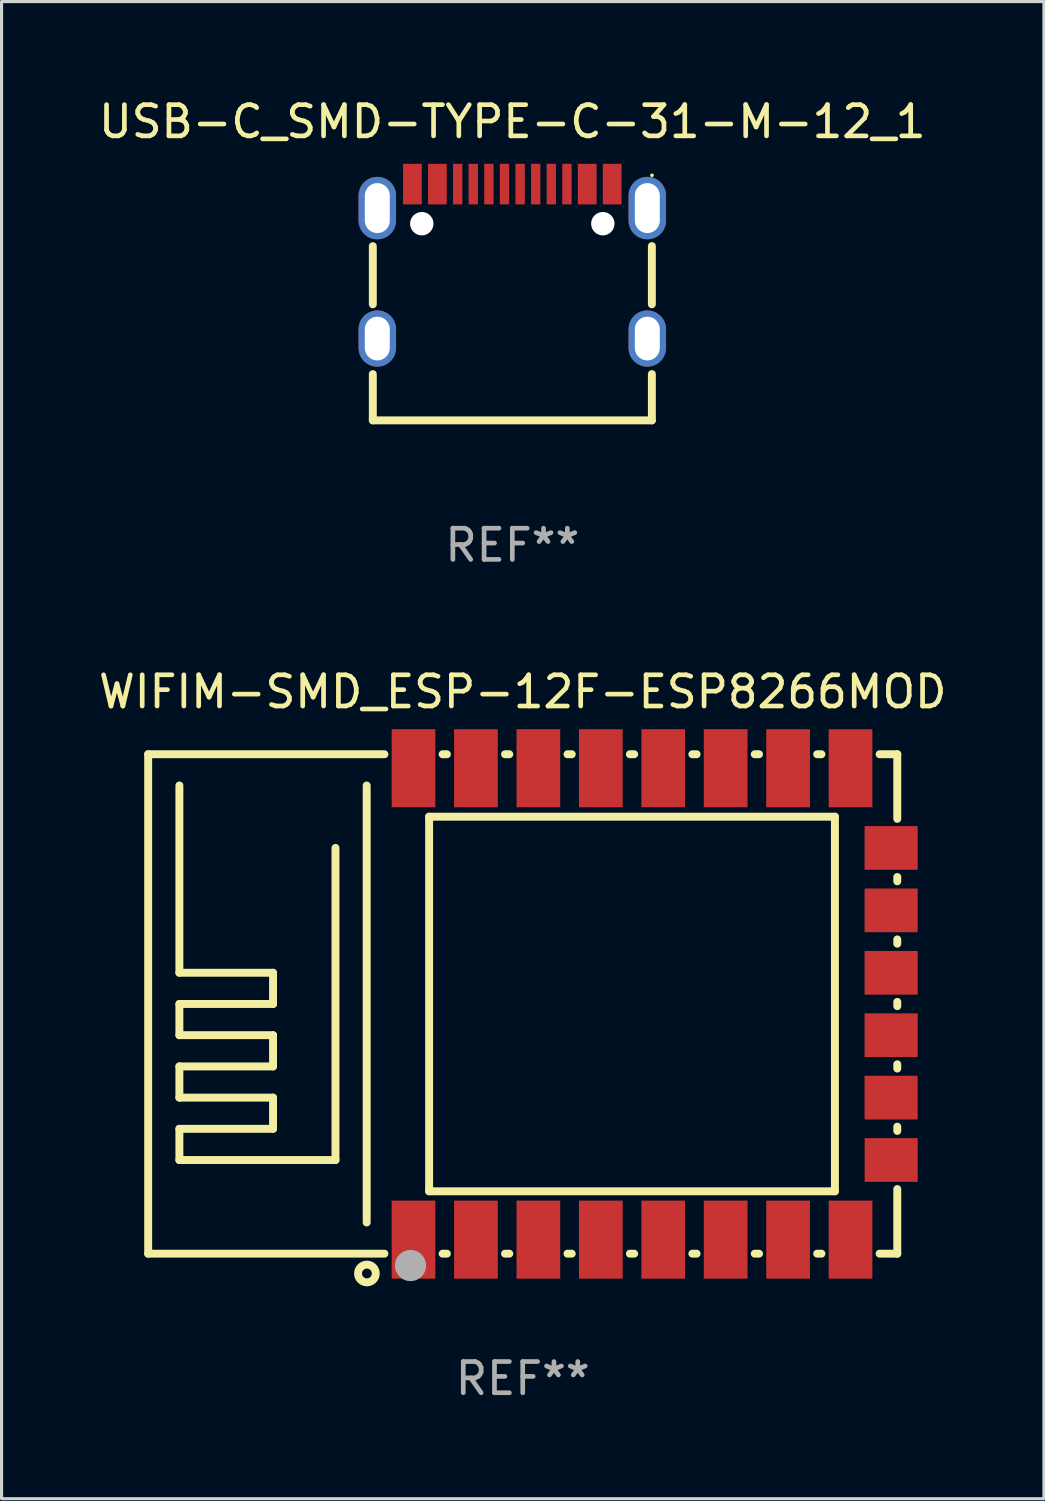
<source format=kicad_pcb>
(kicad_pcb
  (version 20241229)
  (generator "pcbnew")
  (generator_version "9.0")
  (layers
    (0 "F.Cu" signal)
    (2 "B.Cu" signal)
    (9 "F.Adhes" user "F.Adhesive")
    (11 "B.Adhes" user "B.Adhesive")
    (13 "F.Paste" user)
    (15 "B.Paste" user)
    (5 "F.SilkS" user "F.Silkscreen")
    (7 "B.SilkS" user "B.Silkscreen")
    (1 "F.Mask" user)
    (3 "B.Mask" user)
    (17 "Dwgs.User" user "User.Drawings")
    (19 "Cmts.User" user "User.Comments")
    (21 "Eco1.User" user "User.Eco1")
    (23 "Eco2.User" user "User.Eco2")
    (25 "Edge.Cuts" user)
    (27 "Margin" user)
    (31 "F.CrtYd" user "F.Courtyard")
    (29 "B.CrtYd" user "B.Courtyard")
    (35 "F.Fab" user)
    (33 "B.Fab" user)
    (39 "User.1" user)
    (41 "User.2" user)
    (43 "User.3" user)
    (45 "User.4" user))
  (footprint "USB-C_SMD-TYPE-C-31-M-12_1"
    (layer "F.Cu")
    (at 13.362 5.322)
    (property "Reference" "USB-C_SMD-TYPE-C-31-M-12_1" (at 0.001 -4.474 0) (layer "F.SilkS") (effects (font (size 1 1) (thickness 0.15))))
    (attr through_hole)
    (fp_line (start -4.469 1.376) (end -4.469 -0.487) (stroke (width 0.254) (type solid)) (layer "F.SilkS"))
    (fp_line (start -4.469 5.094) (end -4.469 3.613) (stroke (width 0.254) (type solid)) (layer "F.SilkS"))
    (fp_line (start 4.471 1.376) (end 4.471 -0.488) (stroke (width 0.254) (type solid)) (layer "F.SilkS"))
    (fp_line (start 4.471 5.094) (end -4.469 5.094) (stroke (width 0.254) (type solid)) (layer "F.SilkS"))
    (fp_line (start 4.471 5.094) (end 4.471 3.612) (stroke (width 0.254) (type solid)) (layer "F.SilkS"))
    (fp_circle (center 4.475 -2.756) (end 4.505 -2.756) (stroke (width 0.06) (type solid)) (fill no) (layer "F.SilkS"))
    (fp_circle (center -2.9 -1.206) (end -2.775 -1.206) (stroke (width 0.25) (type solid)) (fill no) (layer "F.Fab"))
    (fp_circle (center 2.9 -1.206) (end 3.025 -1.206) (stroke (width 0.25) (type solid)) (fill no) (layer "F.Fab"))
    (fp_text user "REF**" (at 0.001 9.094 0) (layer "F.Fab") (effects (font (size 1 1) (thickness 0.15))))
    (pad "" np_thru_hole circle (at -2.9 -1.206) (size 0.75 0.75) (drill 0.75) (layers "*.Cu" "*.Mask"))
    (pad "" np_thru_hole circle (at 2.9 -1.206) (size 0.75 0.75) (drill 0.75) (layers "*.Cu" "*.Mask"))
    (pad "1" thru_hole oval (at 4.325 -1.706) (size 1.2 2) (drill oval 0.8 1.6) (layers "*.Cu" "*.Mask"))
    (pad "2" thru_hole oval (at 4.325 2.474) (size 1.2 1.8) (drill oval 0.8 1.4) (layers "*.Cu" "*.Mask"))
    (pad "3" thru_hole oval (at -4.325 2.474) (size 1.2 1.8) (drill oval 0.8 1.4) (layers "*.Cu" "*.Mask"))
    (pad "4" thru_hole oval (at -4.325 -1.706) (size 1.2 2) (drill oval 0.8 1.6) (layers "*.Cu" "*.Mask"))
    (pad "A1B12" smd custom (at -3.2 -2.474) (size 0.1 0.1) (layers "F.Cu" "F.Mask" "F.Paste") (options (anchor circle)) (primitives (gr_poly (pts (xy 0.3 0.65) (xy 0.3 -0.65) (xy -0.000076 -0.65) (xy -0.000076 -0.65) (xy -0.3 -0.65) (xy -0.3 0.65) (xy -0.000051 0.65) (xy -0.000051 0.65) (xy 0.3 0.65)) (width 0) (fill yes))))
    (pad "A4B9" smd custom (at -2.4 -2.474) (size 0.1 0.1) (layers "F.Cu" "F.Mask" "F.Paste") (options (anchor circle)) (primitives (gr_poly (pts (xy 0.3 0.65) (xy 0.3 -0.65) (xy 0.000051 -0.65) (xy 0.000051 -0.65) (xy -0.3 -0.65) (xy -0.3 0.65) (xy 0.000127 0.65) (xy 0.000127 0.65) (xy 0.3 0.65)) (width 0) (fill yes))))
    (pad "A5" smd rect (at -1.25 -2.474) (size 0.3 1.3) (layers "F.Cu" "F.Mask" "F.Paste"))
    (pad "A6" smd rect (at -0.25 -2.474) (size 0.3 1.3) (layers "F.Cu" "F.Mask" "F.Paste"))
    (pad "A7" smd rect (at 0.25 -2.474) (size 0.3 1.3) (layers "F.Cu" "F.Mask" "F.Paste"))
    (pad "A8" smd rect (at 1.25 -2.474) (size 0.3 1.3) (layers "F.Cu" "F.Mask" "F.Paste"))
    (pad "B1A12" smd custom (at 3.2 -2.474) (size 0.1 0.1) (layers "F.Cu" "F.Mask" "F.Paste") (options (anchor circle)) (primitives (gr_poly (pts (xy -0.3 -0.65) (xy -0.3 0.65) (xy -0.000152 0.65) (xy -0.000127 0.65) (xy 0.3 0.65) (xy 0.3 -0.65) (xy -0.000127 -0.65) (xy -0.000152 -0.65) (xy -0.3 -0.65)) (width 0) (fill yes))))
    (pad "B4A9" smd custom (at 2.4 -2.474) (size 0.1 0.1) (layers "F.Cu" "F.Mask" "F.Paste") (options (anchor circle)) (primitives (gr_poly (pts (xy 0.3 0.65) (xy 0.3 -0.65) (xy -0.000127 -0.65) (xy -0.000152 -0.65) (xy -0.3 -0.65) (xy -0.3 0.65) (xy -0.000152 0.65) (xy -0.000127 0.65) (xy 0.3 0.65)) (width 0) (fill yes))))
    (pad "B5" smd rect (at 1.75 -2.474) (size 0.3 1.3) (layers "F.Cu" "F.Mask" "F.Paste"))
    (pad "B6" smd rect (at 0.75 -2.474) (size 0.3 1.3) (layers "F.Cu" "F.Mask" "F.Paste"))
    (pad "B7" smd rect (at -0.75 -2.474) (size 0.3 1.3) (layers "F.Cu" "F.Mask" "F.Paste"))
    (pad "B8" smd rect (at -1.75 -2.474) (size 0.3 1.3) (layers "F.Cu" "F.Mask" "F.Paste")))
  (footprint "WIFIM-SMD_ESP-12F-ESP8266MOD"
    (layer "F.Cu")
    (at 17.848 29.111)
    (property "Reference" "WIFIM-SMD_ESP-12F-ESP8266MOD" (at -4.152 -9.998 0) (layer "F.SilkS") (effects (font (size 1 1) (thickness 0.15))))
    (attr smd)
    (fp_line (start -16.151 -7.998) (end -8.582 -7.998) (stroke (width 0.254) (type solid)) (layer "F.SilkS"))
    (fp_line (start -16.151 8.002) (end -16.151 -7.998) (stroke (width 0.254) (type solid)) (layer "F.SilkS"))
    (fp_line (start -15.151 -0.998) (end -15.151 -6.998) (stroke (width 0.254) (type solid)) (layer "F.SilkS"))
    (fp_line (start -15.151 0.002) (end -12.151 0.002) (stroke (width 0.254) (type solid)) (layer "F.SilkS"))
    (fp_line (start -15.151 1.002) (end -15.151 0.002) (stroke (width 0.254) (type solid)) (layer "F.SilkS"))
    (fp_line (start -15.151 2.002) (end -12.151 2.002) (stroke (width 0.254) (type solid)) (layer "F.SilkS"))
    (fp_line (start -15.151 3.002) (end -15.151 2.002) (stroke (width 0.254) (type solid)) (layer "F.SilkS"))
    (fp_line (start -15.151 4.002) (end -12.151 4.002) (stroke (width 0.254) (type solid)) (layer "F.SilkS"))
    (fp_line (start -15.151 5.002) (end -15.151 4.002) (stroke (width 0.254) (type solid)) (layer "F.SilkS"))
    (fp_line (start -12.151 -0.998) (end -15.151 -0.998) (stroke (width 0.254) (type solid)) (layer "F.SilkS"))
    (fp_line (start -12.151 0.002) (end -12.151 -0.998) (stroke (width 0.254) (type solid)) (layer "F.SilkS"))
    (fp_line (start -12.151 1.002) (end -15.151 1.002) (stroke (width 0.254) (type solid)) (layer "F.SilkS"))
    (fp_line (start -12.151 2.002) (end -12.151 1.002) (stroke (width 0.254) (type solid)) (layer "F.SilkS"))
    (fp_line (start -12.151 3.002) (end -15.151 3.002) (stroke (width 0.254) (type solid)) (layer "F.SilkS"))
    (fp_line (start -12.151 4.002) (end -12.151 3.002) (stroke (width 0.254) (type solid)) (layer "F.SilkS"))
    (fp_line (start -10.151 -4.998) (end -10.151 5.002) (stroke (width 0.254) (type solid)) (layer "F.SilkS"))
    (fp_line (start -10.151 5.002) (end -15.151 5.002) (stroke (width 0.254) (type solid)) (layer "F.SilkS"))
    (fp_line (start -9.151 7.002) (end -9.151 -6.998) (stroke (width 0.254) (type solid)) (layer "F.SilkS"))
    (fp_line (start -8.582 8.001) (end -16.151 8.001) (stroke (width 0.254) (type solid)) (layer "F.SilkS"))
    (fp_line (start -7.151 -5.998) (end -7.151 6.002) (stroke (width 0.254) (type solid)) (layer "F.SilkS"))
    (fp_line (start -7.151 6.002) (end 5.849 6.002) (stroke (width 0.254) (type solid)) (layer "F.SilkS"))
    (fp_line (start -6.719 -7.998) (end -6.582 -7.998) (stroke (width 0.254) (type solid)) (layer "F.SilkS"))
    (fp_line (start -6.582 8.001) (end -6.719 8.001) (stroke (width 0.254) (type solid)) (layer "F.SilkS"))
    (fp_line (start -4.719 -7.998) (end -4.582 -7.998) (stroke (width 0.254) (type solid)) (layer "F.SilkS"))
    (fp_line (start -4.582 8.001) (end -4.719 8.001) (stroke (width 0.254) (type solid)) (layer "F.SilkS"))
    (fp_line (start -2.719 -7.998) (end -2.582 -7.998) (stroke (width 0.254) (type solid)) (layer "F.SilkS"))
    (fp_line (start -2.582 8.001) (end -2.719 8.001) (stroke (width 0.254) (type solid)) (layer "F.SilkS"))
    (fp_line (start -0.719 -7.998) (end -0.582 -7.998) (stroke (width 0.254) (type solid)) (layer "F.SilkS"))
    (fp_line (start -0.582 8.001) (end -0.719 8.001) (stroke (width 0.254) (type solid)) (layer "F.SilkS"))
    (fp_line (start 1.281 -7.998) (end 1.418 -7.998) (stroke (width 0.254) (type solid)) (layer "F.SilkS"))
    (fp_line (start 1.418 8.001) (end 1.281 8.001) (stroke (width 0.254) (type solid)) (layer "F.SilkS"))
    (fp_line (start 3.281 -7.998) (end 3.418 -7.998) (stroke (width 0.254) (type solid)) (layer "F.SilkS"))
    (fp_line (start 3.418 8.001) (end 3.281 8.001) (stroke (width 0.254) (type solid)) (layer "F.SilkS"))
    (fp_line (start 5.281 -7.998) (end 5.418 -7.998) (stroke (width 0.254) (type solid)) (layer "F.SilkS"))
    (fp_line (start 5.418 8.001) (end 5.281 8.001) (stroke (width 0.254) (type solid)) (layer "F.SilkS"))
    (fp_line (start 5.849 -5.998) (end -7.151 -5.998) (stroke (width 0.254) (type solid)) (layer "F.SilkS"))
    (fp_line (start 5.849 6.002) (end 5.849 -5.998) (stroke (width 0.254) (type solid)) (layer "F.SilkS"))
    (fp_line (start 7.281 -7.998) (end 7.847 -7.998) (stroke (width 0.254) (type solid)) (layer "F.SilkS"))
    (fp_line (start 7.847 -7.998) (end 7.847 -5.928) (stroke (width 0.254) (type solid)) (layer "F.SilkS"))
    (fp_line (start 7.847 -4.066) (end 7.847 -3.928) (stroke (width 0.254) (type solid)) (layer "F.SilkS"))
    (fp_line (start 7.847 -2.066) (end 7.847 -1.929) (stroke (width 0.254) (type solid)) (layer "F.SilkS"))
    (fp_line (start 7.847 -0.066) (end 7.847 0.072) (stroke (width 0.254) (type solid)) (layer "F.SilkS"))
    (fp_line (start 7.847 1.934) (end 7.847 2.071) (stroke (width 0.254) (type solid)) (layer "F.SilkS"))
    (fp_line (start 7.847 3.933) (end 7.847 4.069) (stroke (width 0.254) (type solid)) (layer "F.SilkS"))
    (fp_line (start 7.847 5.931) (end 7.847 8.001) (stroke (width 0.254) (type solid)) (layer "F.SilkS"))
    (fp_line (start 7.847 8.001) (end 7.281 8.001) (stroke (width 0.254) (type solid)) (layer "F.SilkS"))
    (fp_circle (center -16.151 8.003) (end -16.121 8.003) (stroke (width 0.06) (type solid)) (fill no) (layer "F.SilkS"))
    (fp_circle (center -9.144 8.636) (end -8.86 8.636) (stroke (width 0.254) (type solid)) (fill no) (layer "F.SilkS"))
    (fp_circle (center -7.747 8.382) (end -7.497 8.382) (stroke (width 0.5) (type solid)) (fill no) (layer "F.Fab"))
    (fp_text user "REF**" (at -4.152 12.002 0) (layer "F.Fab") (effects (font (size 1 1) (thickness 0.15))))
    (pad "1" smd rect (at -7.651 7.551 90) (size 2.5 1.4) (layers "F.Cu" "F.Mask" "F.Paste"))
    (pad "2" smd rect (at -5.651 7.551 90) (size 2.5 1.4) (layers "F.Cu" "F.Mask" "F.Paste"))
    (pad "3" smd rect (at -3.651 7.551 90) (size 2.5 1.4) (layers "F.Cu" "F.Mask" "F.Paste"))
    (pad "4" smd rect (at -1.651 7.551 90) (size 2.5 1.4) (layers "F.Cu" "F.Mask" "F.Paste"))
    (pad "5" smd rect (at 0.349 7.551 90) (size 2.5 1.4) (layers "F.Cu" "F.Mask" "F.Paste"))
    (pad "6" smd rect (at 2.349 7.551 90) (size 2.5 1.4) (layers "F.Cu" "F.Mask" "F.Paste"))
    (pad "7" smd rect (at 4.349 7.551 90) (size 2.5 1.4) (layers "F.Cu" "F.Mask" "F.Paste"))
    (pad "8" smd rect (at 6.349 7.551 90) (size 2.5 1.4) (layers "F.Cu" "F.Mask" "F.Paste"))
    (pad "9" smd rect (at 6.349 -7.549 270) (size 2.5 1.4) (layers "F.Cu" "F.Mask" "F.Paste"))
    (pad "10" smd rect (at 4.349 -7.55 270) (size 2.5 1.4) (layers "F.Cu" "F.Mask" "F.Paste"))
    (pad "11" smd rect (at 2.349 -7.551 270) (size 2.5 1.4) (layers "F.Cu" "F.Mask" "F.Paste"))
    (pad "12" smd rect (at 0.349 -7.551 270) (size 2.5 1.4) (layers "F.Cu" "F.Mask" "F.Paste"))
    (pad "13" smd rect (at -1.651 -7.55 270) (size 2.5 1.4) (layers "F.Cu" "F.Mask" "F.Paste"))
    (pad "14" smd rect (at -3.651 -7.551 270) (size 2.5 1.4) (layers "F.Cu" "F.Mask" "F.Paste"))
    (pad "15" smd rect (at -5.651 -7.55 270) (size 2.5 1.4) (layers "F.Cu" "F.Mask" "F.Paste"))
    (pad "16" smd rect (at -7.651 -7.551 270) (size 2.5 1.4) (layers "F.Cu" "F.Mask" "F.Paste"))
    (pad "17" smd rect (at 7.651 5 180) (size 1.7 1.4) (layers "F.Cu" "F.Mask" "F.Paste"))
    (pad "18" smd rect (at 7.649 3.002 180) (size 1.7 1.4) (layers "F.Cu" "F.Mask" "F.Paste"))
    (pad "19" smd rect (at 7.65 1.003 180) (size 1.7 1.4) (layers "F.Cu" "F.Mask" "F.Paste"))
    (pad "20" smd rect (at 7.65 -0.997 180) (size 1.7 1.4) (layers "F.Cu" "F.Mask" "F.Paste"))
    (pad "21" smd rect (at 7.65 -2.997 180) (size 1.7 1.4) (layers "F.Cu" "F.Mask" "F.Paste"))
    (pad "22" smd rect (at 7.65 -4.997 180) (size 1.7 1.4) (layers "F.Cu" "F.Mask" "F.Paste")))
  (gr_rect
    (start -3 -3)
    (end 30.393 44.961)
    (stroke (width 0.1) (type default))
    (fill no)
    (layer "Edge.Cuts")))
</source>
